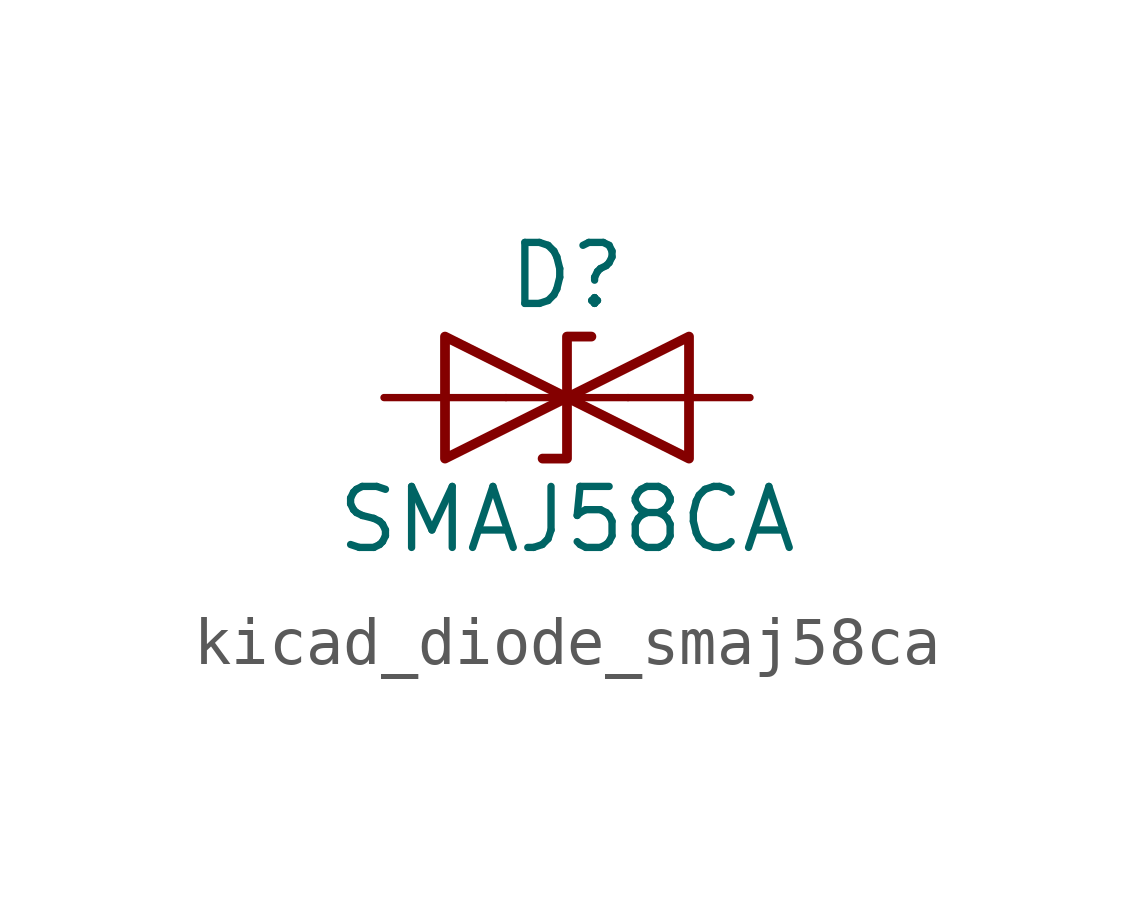
<source format=kicad_sym>
(kicad_symbol_lib
  (version 20220914)
  (generator kicad_symbol_editor)
  (symbol "kicad_diode_smaj58ca"
    (pin_numbers hide)
    (pin_names
      (offset 1.016) hide)
    (property "Reference" "D"
      (at 0 2.54 0)
      (effects (font (size 1.27 1.27))))
    (property "Value" "SMAJ58CA"
      (at 0 -2.54 0)
      (effects (font (size 1.27 1.27))))
    (symbol "kicad_diode_smaj58ca_0_1"
      (polyline (pts (xy 1.27 0) (xy -1.27 0)) (stroke (width 0) (type default)) (fill (type none)))
      (polyline (pts (xy -2.54 -1.27) (xy 0 0) (xy -2.54 1.27) (xy -2.54 -1.27)) (stroke (width 0.203) (type default)) (fill (type none)))
      (polyline (pts (xy 0.508 1.27) (xy 0 1.27) (xy 0 -1.27) (xy -0.508 -1.27)) (stroke (width 0.203) (type default)) (fill (type none)))
      (polyline (pts (xy 2.54 1.27) (xy 2.54 -1.27) (xy 0 0) (xy 2.54 1.27)) (stroke (width 0.203) (type default)) (fill (type none))))
    (symbol "kicad_diode_smaj58ca_1_1"
      (pin passive line (at -3.81 0 0) (length 2.54) (name "A1" (effects (font (size 1.27 1.27)))) (number "1" (effects (font (size 1.27 1.27)))))
      (pin passive line (at 3.81 0 180) (length 2.54) (name "A2" (effects (font (size 1.27 1.27)))) (number "2" (effects (font (size 1.27 1.27))))))))
</source>
